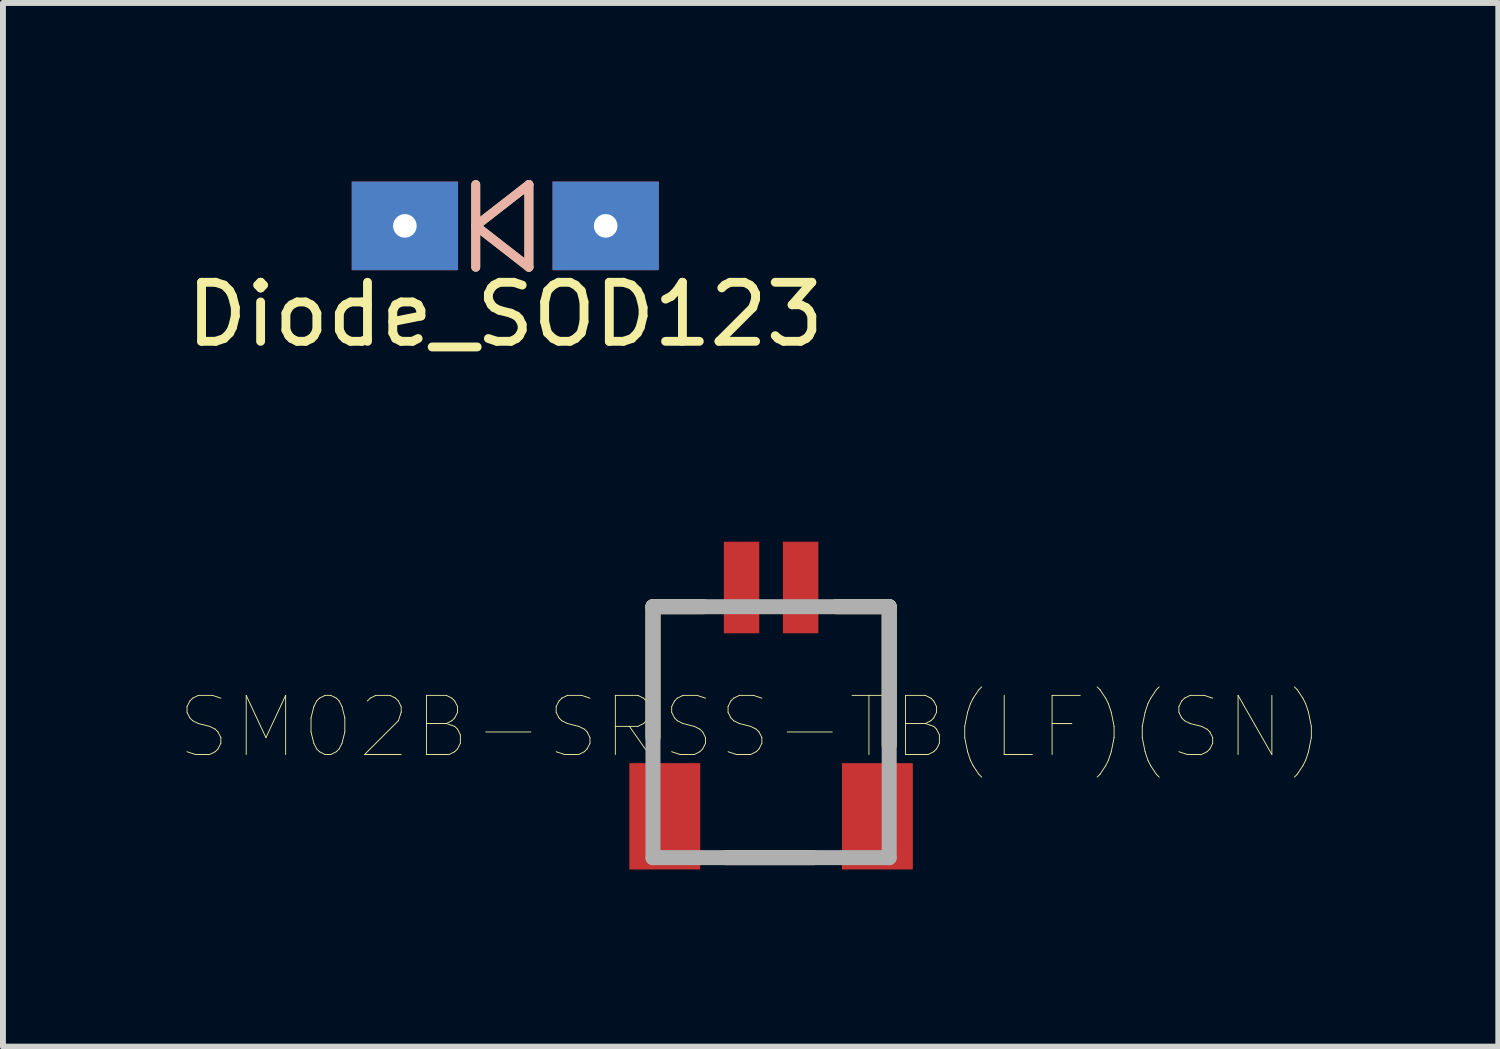
<source format=kicad_pcb>
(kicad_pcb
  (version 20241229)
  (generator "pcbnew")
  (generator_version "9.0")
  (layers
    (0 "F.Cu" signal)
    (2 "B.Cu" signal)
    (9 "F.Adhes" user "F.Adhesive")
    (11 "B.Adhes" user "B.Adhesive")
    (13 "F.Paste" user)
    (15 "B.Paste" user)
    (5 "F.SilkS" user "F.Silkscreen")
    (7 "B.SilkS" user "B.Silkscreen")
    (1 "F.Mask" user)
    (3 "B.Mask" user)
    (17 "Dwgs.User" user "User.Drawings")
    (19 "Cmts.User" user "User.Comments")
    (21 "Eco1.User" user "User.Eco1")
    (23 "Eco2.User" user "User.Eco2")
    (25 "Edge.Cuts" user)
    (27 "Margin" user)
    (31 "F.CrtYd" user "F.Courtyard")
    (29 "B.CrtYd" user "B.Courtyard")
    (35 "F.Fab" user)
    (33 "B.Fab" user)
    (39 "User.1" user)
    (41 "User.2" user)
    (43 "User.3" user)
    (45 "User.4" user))
  (footprint "SM02B-SRSS-TB(LF)(SN)"
    (layer "F.Cu")
    (at 10.007 8.873)
    (property "Reference" "SM02B-SRSS-TB(LF)(SN)" (at -0.347 0.391 0) (layer "F.SilkS") (effects (font (size 1.002 1.002) (thickness 0.015))))
    (attr through_hole)
    (fp_line (start -2 -1.65) (end -2 0.563) (stroke (width 0.254) (type solid)) (layer "F.SilkS"))
    (fp_line (start -2 -1.65) (end -1.145 -1.65) (stroke (width 0.254) (type solid)) (layer "F.SilkS"))
    (fp_line (start -0.767 2.6) (end 0.722 2.6) (stroke (width 0.254) (type solid)) (layer "F.SilkS"))
    (fp_line (start 2 -1.65) (end 1.1 -1.65) (stroke (width 0.254) (type solid)) (layer "F.SilkS"))
    (fp_line (start 2 -1.65) (end 2 0.697) (stroke (width 0.254) (type solid)) (layer "F.SilkS"))
    (fp_line (start -2 -1.65) (end 2 -1.65) (stroke (width 0.254) (type solid)) (layer "F.Fab"))
    (fp_line (start -2 2.6) (end -2 -1.65) (stroke (width 0.254) (type solid)) (layer "F.Fab"))
    (fp_line (start 2 -1.65) (end 2 2.6) (stroke (width 0.254) (type solid)) (layer "F.Fab"))
    (fp_line (start 2 2.6) (end -2 2.6) (stroke (width 0.254) (type solid)) (layer "F.Fab"))
    (pad "1" smd rect (at -0.5 -1.975) (size 0.6 1.55) (layers "F.Cu" "F.Mask" "F.Paste"))
    (pad "2" smd rect (at 0.5 -1.975) (size 0.6 1.55) (layers "F.Cu" "F.Mask" "F.Paste"))
    (pad "3" smd rect (at -1.8 1.9) (size 1.2 1.8) (layers "F.Cu" "F.Mask" "F.Paste"))
    (pad "4" smd rect (at 1.8 1.9) (size 1.2 1.8) (layers "F.Cu" "F.Mask" "F.Paste")))
  (footprint "Diode_SOD123"
    (placed yes)
    (layer "F.Cu")
    (at 5.506 0.775)
    (property "Reference" "Diode_SOD123" (at 0 1.5 0) (layer "F.SilkS") (effects (font (size 1 1) (thickness 0.15))))
    (attr smd)
    (fp_line (start -0.5 -0.7) (end -0.5 0.7) (stroke (width 0.15) (type solid)) (layer "F.SilkS"))
    (fp_line (start -0.5 0) (end 0.4 -0.7) (stroke (width 0.15) (type solid)) (layer "F.SilkS"))
    (fp_line (start 0.4 -0.7) (end 0.4 0.7) (stroke (width 0.15) (type solid)) (layer "F.SilkS"))
    (fp_line (start 0.4 0.7) (end -0.5 0) (stroke (width 0.15) (type solid)) (layer "F.SilkS"))
    (fp_line (start -0.5 -0.7) (end -0.5 0.7) (stroke (width 0.15) (type solid)) (layer "B.SilkS"))
    (fp_line (start -0.5 0) (end 0.4 -0.7) (stroke (width 0.15) (type solid)) (layer "B.SilkS"))
    (fp_line (start 0.4 -0.7) (end 0.4 0.7) (stroke (width 0.15) (type solid)) (layer "B.SilkS"))
    (fp_line (start 0.4 0.7) (end -0.5 0) (stroke (width 0.15) (type solid)) (layer "B.SilkS"))
    (pad "1" thru_hole rect (at -1.7 0) (size 1.8 1.5) (drill 0.4) (layers "*.Cu" "*.Mask"))
    (pad "2" thru_hole rect (at 1.7 0) (size 1.8 1.5) (drill 0.4) (layers "*.Cu" "*.Mask")))
  (gr_rect
    (start -3 -3)
    (end 22.321 14.673)
    (stroke (width 0.1) (type default))
    (fill no)
    (layer "Edge.Cuts")))
</source>
